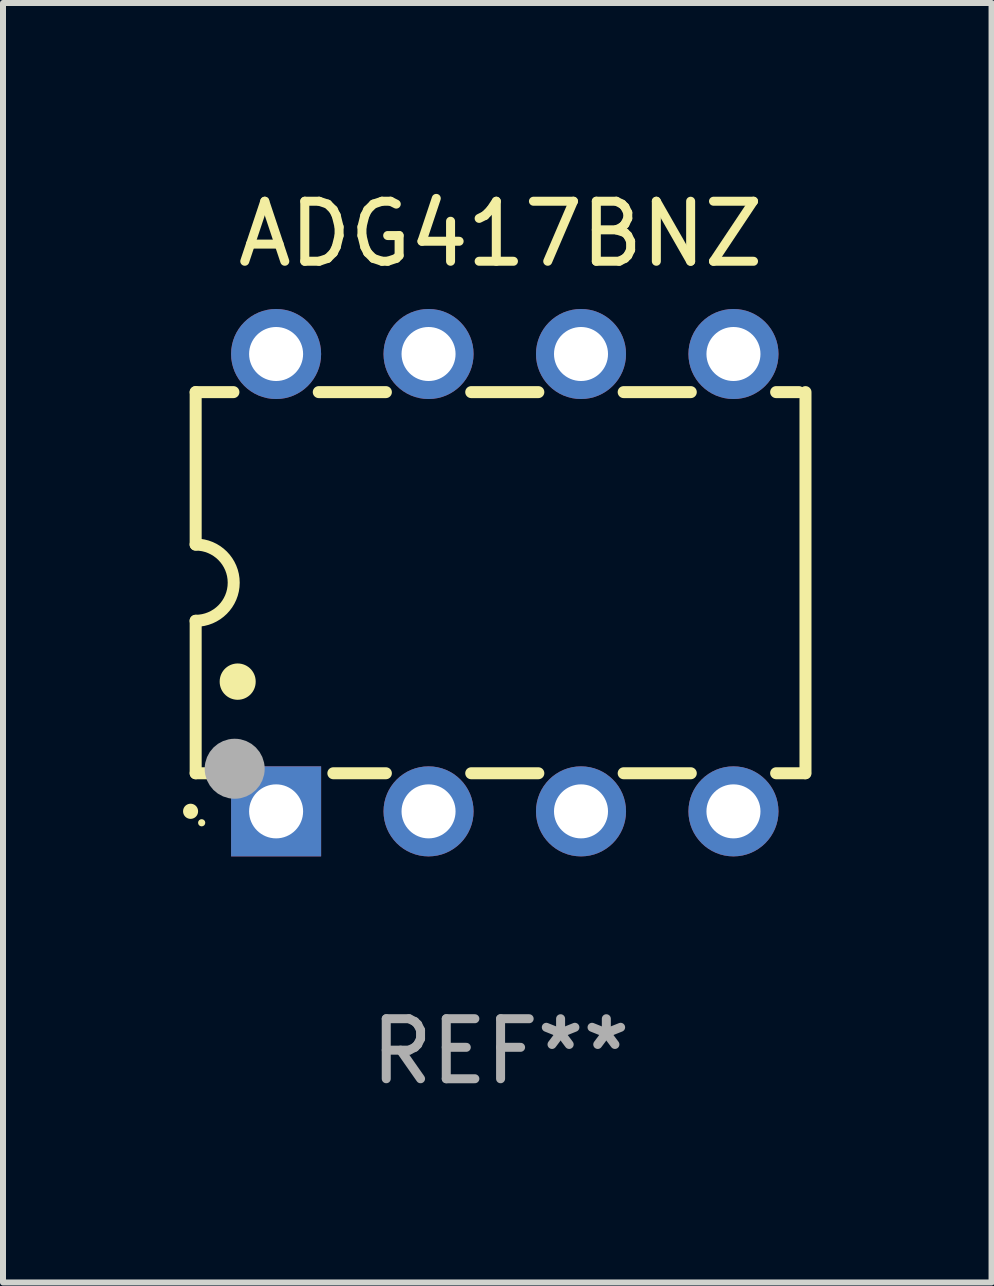
<source format=kicad_pcb>
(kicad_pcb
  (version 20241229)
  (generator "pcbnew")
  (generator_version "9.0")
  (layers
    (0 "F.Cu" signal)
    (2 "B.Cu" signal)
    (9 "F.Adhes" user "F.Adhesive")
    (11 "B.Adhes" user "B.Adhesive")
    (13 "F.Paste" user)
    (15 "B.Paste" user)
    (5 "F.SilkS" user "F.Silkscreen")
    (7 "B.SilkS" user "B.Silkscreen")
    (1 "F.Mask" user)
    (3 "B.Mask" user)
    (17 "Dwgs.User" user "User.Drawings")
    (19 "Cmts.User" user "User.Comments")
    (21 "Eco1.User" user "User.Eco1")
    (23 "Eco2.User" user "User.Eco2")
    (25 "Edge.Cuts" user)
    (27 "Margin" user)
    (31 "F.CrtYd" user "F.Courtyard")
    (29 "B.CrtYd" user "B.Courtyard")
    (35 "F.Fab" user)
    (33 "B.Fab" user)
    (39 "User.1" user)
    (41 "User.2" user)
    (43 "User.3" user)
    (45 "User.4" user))
  (footprint "ADG417BNZ"
    (layer "F.Cu")
    (at 5.29 6.658)
    (property "Reference" "ADG417BNZ" (at 0 -5.81 0) (layer "F.SilkS") (effects (font (size 1 1) (thickness 0.15))))
    (attr through_hole)
    (fp_line (start -5.08 -3.175) (end -4.451 -3.175) (stroke (width 0.2) (type solid)) (layer "F.SilkS"))
    (fp_line (start -5.08 -0.635) (end -5.08 -3.175) (stroke (width 0.2) (type solid)) (layer "F.SilkS"))
    (fp_line (start -5.08 3.175) (end -5.08 0.635) (stroke (width 0.2) (type solid)) (layer "F.SilkS"))
    (fp_line (start -4.694 3.175) (end -5.08 3.175) (stroke (width 0.2) (type solid)) (layer "F.SilkS"))
    (fp_line (start -3.029 -3.175) (end -1.911 -3.175) (stroke (width 0.2) (type solid)) (layer "F.SilkS"))
    (fp_line (start -1.911 3.175) (end -2.786 3.175) (stroke (width 0.2) (type solid)) (layer "F.SilkS"))
    (fp_line (start -0.489 -3.175) (end 0.629 -3.175) (stroke (width 0.2) (type solid)) (layer "F.SilkS"))
    (fp_line (start 0.629 3.175) (end -0.489 3.175) (stroke (width 0.2) (type solid)) (layer "F.SilkS"))
    (fp_line (start 2.051 -3.175) (end 3.169 -3.175) (stroke (width 0.2) (type solid)) (layer "F.SilkS"))
    (fp_line (start 3.169 3.175) (end 2.051 3.175) (stroke (width 0.2) (type solid)) (layer "F.SilkS"))
    (fp_line (start 4.591 -3.175) (end 4.97 -3.175) (stroke (width 0.2) (type solid)) (layer "F.SilkS"))
    (fp_line (start 5.074 3.175) (end 4.591 3.175) (stroke (width 0.2) (type solid)) (layer "F.SilkS"))
    (fp_line (start 5.08 -3.175) (end 5.08 3.175) (stroke (width 0.2) (type solid)) (layer "F.SilkS"))
    (fp_arc (start -5.164948 3.810008) (mid -5.164955 3.808738) (end -5.164948 3.807468) (stroke (width 0.25) (type solid)) (layer "F.SilkS"))
    (fp_arc (start -5.081128 -0.635001) (mid -4.446127 0) (end -5.081128 0.635001) (stroke (width 0.2) (type solid)) (layer "F.SilkS"))
    (fp_arc (start -4.380086 1.651003) (mid -4.380097 1.648463) (end -4.380086 1.645923) (stroke (width 0.6) (type solid)) (layer "F.SilkS"))
    (fp_circle (center -4.98 4) (end -4.95 4) (stroke (width 0.06) (type solid)) (fill no) (layer "F.SilkS"))
    (fp_circle (center -4.43 3.1) (end -4.18 3.1) (stroke (width 0.5) (type solid)) (fill no) (layer "F.Fab"))
    (fp_text user "REF**" (at 0 7.81 0) (layer "F.Fab") (effects (font (size 1 1) (thickness 0.15))))
    (pad "1" thru_hole rect (at -3.74 3.81) (size 1.5 1.5) (drill 0.9) (layers "*.Cu" "*.Mask"))
    (pad "2" thru_hole circle (at -1.2 3.81) (size 1.5 1.5) (drill 0.9) (layers "*.Cu" "*.Mask"))
    (pad "3" thru_hole circle (at 1.34 3.81) (size 1.5 1.5) (drill 0.9) (layers "*.Cu" "*.Mask"))
    (pad "4" thru_hole circle (at 3.88 3.81) (size 1.5 1.5) (drill 0.9) (layers "*.Cu" "*.Mask"))
    (pad "5" thru_hole circle (at 3.88 -3.81) (size 1.5 1.5) (drill 0.9) (layers "*.Cu" "*.Mask"))
    (pad "6" thru_hole circle (at 1.34 -3.81) (size 1.5 1.5) (drill 0.9) (layers "*.Cu" "*.Mask"))
    (pad "7" thru_hole circle (at -1.2 -3.81) (size 1.5 1.5) (drill 0.9) (layers "*.Cu" "*.Mask"))
    (pad "8" thru_hole circle (at -3.74 -3.81) (size 1.5 1.5) (drill 0.9) (layers "*.Cu" "*.Mask")))
  (gr_rect
    (start -3 -3)
    (end 13.47 18.317)
    (stroke (width 0.1) (type default))
    (fill no)
    (layer "Edge.Cuts")))
</source>
